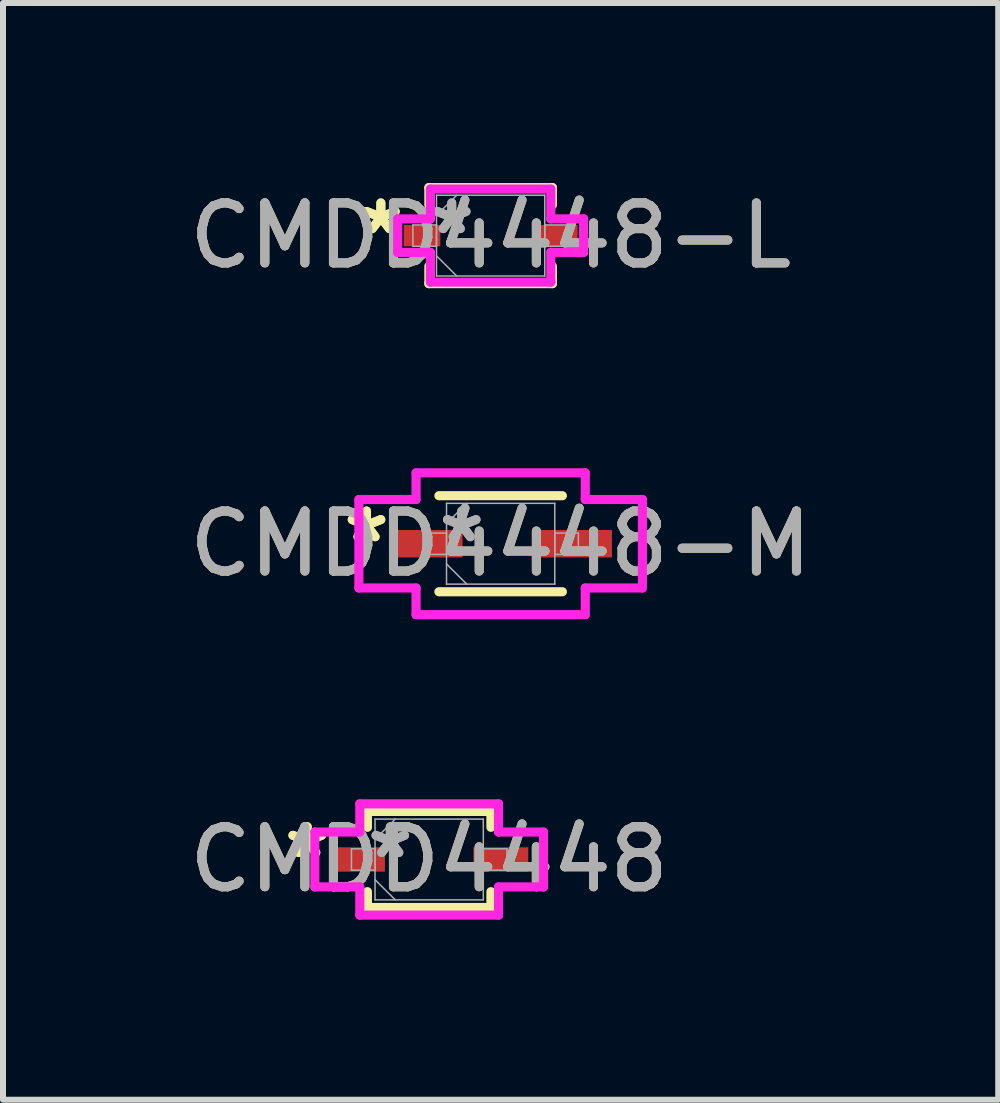
<source format=kicad_pcb>
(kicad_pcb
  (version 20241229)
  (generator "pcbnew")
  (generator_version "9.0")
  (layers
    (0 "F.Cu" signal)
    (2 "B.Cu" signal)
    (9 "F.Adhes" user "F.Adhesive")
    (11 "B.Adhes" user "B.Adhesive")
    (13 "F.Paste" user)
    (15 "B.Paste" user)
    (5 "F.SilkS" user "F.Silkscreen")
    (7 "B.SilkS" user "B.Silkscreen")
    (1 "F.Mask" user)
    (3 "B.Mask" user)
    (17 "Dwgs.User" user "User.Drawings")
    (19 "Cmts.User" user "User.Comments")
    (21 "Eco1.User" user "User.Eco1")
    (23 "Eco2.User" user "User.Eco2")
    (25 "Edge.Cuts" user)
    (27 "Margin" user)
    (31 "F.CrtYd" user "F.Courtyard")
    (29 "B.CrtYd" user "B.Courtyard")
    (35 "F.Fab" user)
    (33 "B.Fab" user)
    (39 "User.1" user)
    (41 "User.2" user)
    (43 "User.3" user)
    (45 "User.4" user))
  (footprint "CMDD4448-M"
    (layer "F.Cu")
    (at 5.292 6.01)
    (property "Reference" "CMDD4448-M" (at 0 0 0) (unlocked yes) (layer "F.SilkS") (effects (font (size 1 1) (thickness 0.15))))
    (attr smd)
    (fp_line (start -1.029 0.8) (end 1.029 0.8) (stroke (width 0.152) (type solid)) (layer "F.SilkS"))
    (fp_line (start 1.029 -0.8) (end -1.029 -0.8) (stroke (width 0.152) (type solid)) (layer "F.SilkS"))
    (fp_line (start -2.362 -0.737) (end -1.41 -0.737) (stroke (width 0.152) (type solid)) (layer "F.CrtYd"))
    (fp_line (start -2.362 0.737) (end -2.362 -0.737) (stroke (width 0.152) (type solid)) (layer "F.CrtYd"))
    (fp_line (start -1.41 -1.181) (end 1.41 -1.181) (stroke (width 0.152) (type solid)) (layer "F.CrtYd"))
    (fp_line (start -1.41 -0.737) (end -1.41 -1.181) (stroke (width 0.152) (type solid)) (layer "F.CrtYd"))
    (fp_line (start -1.41 0.737) (end -2.362 0.737) (stroke (width 0.152) (type solid)) (layer "F.CrtYd"))
    (fp_line (start -1.41 1.181) (end -1.41 0.737) (stroke (width 0.152) (type solid)) (layer "F.CrtYd"))
    (fp_line (start 1.41 -1.181) (end 1.41 -0.737) (stroke (width 0.152) (type solid)) (layer "F.CrtYd"))
    (fp_line (start 1.41 -0.737) (end 2.362 -0.737) (stroke (width 0.152) (type solid)) (layer "F.CrtYd"))
    (fp_line (start 1.41 0.737) (end 1.41 1.181) (stroke (width 0.152) (type solid)) (layer "F.CrtYd"))
    (fp_line (start 1.41 1.181) (end -1.41 1.181) (stroke (width 0.152) (type solid)) (layer "F.CrtYd"))
    (fp_line (start 2.362 -0.737) (end 2.362 0.737) (stroke (width 0.152) (type solid)) (layer "F.CrtYd"))
    (fp_line (start 2.362 0.737) (end 1.41 0.737) (stroke (width 0.152) (type solid)) (layer "F.CrtYd"))
    (fp_line (start -1.295 -0.178) (end -1.295 0.178) (stroke (width 0.025) (type solid)) (layer "F.Fab"))
    (fp_line (start -1.295 0.178) (end -0.902 0.178) (stroke (width 0.025) (type solid)) (layer "F.Fab"))
    (fp_line (start -0.902 -0.673) (end -0.902 0.673) (stroke (width 0.025) (type solid)) (layer "F.Fab"))
    (fp_line (start -0.902 -0.337) (end -0.565 -0.673) (stroke (width 0.025) (type solid)) (layer "F.Fab"))
    (fp_line (start -0.902 -0.178) (end -1.295 -0.178) (stroke (width 0.025) (type solid)) (layer "F.Fab"))
    (fp_line (start -0.902 0.178) (end -0.902 -0.178) (stroke (width 0.025) (type solid)) (layer "F.Fab"))
    (fp_line (start -0.902 0.337) (end -0.565 0.673) (stroke (width 0.025) (type solid)) (layer "F.Fab"))
    (fp_line (start -0.902 0.673) (end 0.902 0.673) (stroke (width 0.025) (type solid)) (layer "F.Fab"))
    (fp_line (start 0.902 -0.673) (end -0.902 -0.673) (stroke (width 0.025) (type solid)) (layer "F.Fab"))
    (fp_line (start 0.902 -0.178) (end 0.902 0.178) (stroke (width 0.025) (type solid)) (layer "F.Fab"))
    (fp_line (start 0.902 0.178) (end 1.295 0.178) (stroke (width 0.025) (type solid)) (layer "F.Fab"))
    (fp_line (start 0.902 0.673) (end 0.902 -0.673) (stroke (width 0.025) (type solid)) (layer "F.Fab"))
    (fp_line (start 1.295 -0.178) (end 0.902 -0.178) (stroke (width 0.025) (type solid)) (layer "F.Fab"))
    (fp_line (start 1.295 0.178) (end 1.295 -0.178) (stroke (width 0.025) (type solid)) (layer "F.Fab"))
    (fp_text user "*" (at -2.235 0 0) (unlocked yes) (layer "F.SilkS") (effects (font (size 1 1) (thickness 0.15))))
    (fp_text user "*" (at -2.235 0 0) (layer "F.SilkS") (effects (font (size 1 1) (thickness 0.15))))
    (fp_text user "*" (at -0.648 0 0) (unlocked yes) (layer "F.Fab") (effects (font (size 1 1) (thickness 0.15))))
    (fp_text user "${REFERENCE}" (at 0 0 0) (unlocked yes) (layer "F.Fab") (effects (font (size 1 1) (thickness 0.15))))
    (fp_text user "*" (at -0.648 0 0) (layer "F.Fab") (effects (font (size 1 1) (thickness 0.15))))
    (pad "1" smd rect (at -1.245 0) (size 1.219 0.457) (layers "F.Cu" "F.Mask" "F.Paste"))
    (pad "2" smd rect (at 1.245 0) (size 1.219 0.457) (layers "F.Cu" "F.Mask" "F.Paste")))
  (footprint "CMDD4448-L"
    (layer "F.Cu")
    (at 5.125 0.876)
    (property "Reference" "CMDD4448-L" (at 0 0 0) (unlocked yes) (layer "F.SilkS") (effects (font (size 1 1) (thickness 0.15))))
    (attr smd)
    (fp_line (start -1.029 -0.8) (end -1.029 -0.511) (stroke (width 0.152) (type solid)) (layer "F.SilkS"))
    (fp_line (start -1.029 0.511) (end -1.029 0.8) (stroke (width 0.152) (type solid)) (layer "F.SilkS"))
    (fp_line (start -1.029 0.8) (end 1.029 0.8) (stroke (width 0.152) (type solid)) (layer "F.SilkS"))
    (fp_line (start 1.029 -0.8) (end -1.029 -0.8) (stroke (width 0.152) (type solid)) (layer "F.SilkS"))
    (fp_line (start 1.029 -0.511) (end 1.029 -0.8) (stroke (width 0.152) (type solid)) (layer "F.SilkS"))
    (fp_line (start 1.029 0.8) (end 1.029 0.511) (stroke (width 0.152) (type solid)) (layer "F.SilkS"))
    (fp_line (start -1.549 -0.279) (end -1.003 -0.279) (stroke (width 0.152) (type solid)) (layer "F.CrtYd"))
    (fp_line (start -1.549 0.279) (end -1.549 -0.279) (stroke (width 0.152) (type solid)) (layer "F.CrtYd"))
    (fp_line (start -1.003 -0.775) (end 1.003 -0.775) (stroke (width 0.152) (type solid)) (layer "F.CrtYd"))
    (fp_line (start -1.003 -0.279) (end -1.003 -0.775) (stroke (width 0.152) (type solid)) (layer "F.CrtYd"))
    (fp_line (start -1.003 0.279) (end -1.549 0.279) (stroke (width 0.152) (type solid)) (layer "F.CrtYd"))
    (fp_line (start -1.003 0.775) (end -1.003 0.279) (stroke (width 0.152) (type solid)) (layer "F.CrtYd"))
    (fp_line (start 1.003 -0.775) (end 1.003 -0.279) (stroke (width 0.152) (type solid)) (layer "F.CrtYd"))
    (fp_line (start 1.003 -0.279) (end 1.549 -0.279) (stroke (width 0.152) (type solid)) (layer "F.CrtYd"))
    (fp_line (start 1.003 0.279) (end 1.003 0.775) (stroke (width 0.152) (type solid)) (layer "F.CrtYd"))
    (fp_line (start 1.003 0.775) (end -1.003 0.775) (stroke (width 0.152) (type solid)) (layer "F.CrtYd"))
    (fp_line (start 1.549 -0.279) (end 1.549 0.279) (stroke (width 0.152) (type solid)) (layer "F.CrtYd"))
    (fp_line (start 1.549 0.279) (end 1.003 0.279) (stroke (width 0.152) (type solid)) (layer "F.CrtYd"))
    (fp_line (start -1.295 -0.178) (end -1.295 0.178) (stroke (width 0.025) (type solid)) (layer "F.Fab"))
    (fp_line (start -1.295 0.178) (end -0.902 0.178) (stroke (width 0.025) (type solid)) (layer "F.Fab"))
    (fp_line (start -0.902 -0.673) (end -0.902 0.673) (stroke (width 0.025) (type solid)) (layer "F.Fab"))
    (fp_line (start -0.902 -0.337) (end -0.565 -0.673) (stroke (width 0.025) (type solid)) (layer "F.Fab"))
    (fp_line (start -0.902 -0.178) (end -1.295 -0.178) (stroke (width 0.025) (type solid)) (layer "F.Fab"))
    (fp_line (start -0.902 0.178) (end -0.902 -0.178) (stroke (width 0.025) (type solid)) (layer "F.Fab"))
    (fp_line (start -0.902 0.337) (end -0.565 0.673) (stroke (width 0.025) (type solid)) (layer "F.Fab"))
    (fp_line (start -0.902 0.673) (end 0.902 0.673) (stroke (width 0.025) (type solid)) (layer "F.Fab"))
    (fp_line (start 0.902 -0.673) (end -0.902 -0.673) (stroke (width 0.025) (type solid)) (layer "F.Fab"))
    (fp_line (start 0.902 -0.178) (end 0.902 0.178) (stroke (width 0.025) (type solid)) (layer "F.Fab"))
    (fp_line (start 0.902 0.178) (end 1.295 0.178) (stroke (width 0.025) (type solid)) (layer "F.Fab"))
    (fp_line (start 0.902 0.673) (end 0.902 -0.673) (stroke (width 0.025) (type solid)) (layer "F.Fab"))
    (fp_line (start 1.295 -0.178) (end 0.902 -0.178) (stroke (width 0.025) (type solid)) (layer "F.Fab"))
    (fp_line (start 1.295 0.178) (end 1.295 -0.178) (stroke (width 0.025) (type solid)) (layer "F.Fab"))
    (fp_text user "*" (at -1.829 0 0) (layer "F.SilkS") (effects (font (size 1 1) (thickness 0.15))))
    (fp_text user "*" (at -1.829 0 0) (unlocked yes) (layer "F.SilkS") (effects (font (size 1 1) (thickness 0.15))))
    (fp_text user "*" (at -0.648 0 0) (layer "F.Fab") (effects (font (size 1 1) (thickness 0.15))))
    (fp_text user "*" (at -0.648 0 0) (unlocked yes) (layer "F.Fab") (effects (font (size 1 1) (thickness 0.15))))
    (fp_text user "${REFERENCE}" (at 0 0 0) (unlocked yes) (layer "F.Fab") (effects (font (size 1 1) (thickness 0.15))))
    (pad "1" smd rect (at -1.143 0) (size 0.61 0.356) (layers "F.Cu" "F.Mask" "F.Paste"))
    (pad "2" smd rect (at 1.143 0) (size 0.61 0.356) (layers "F.Cu" "F.Mask" "F.Paste")))
  (footprint "CMDD4448"
    (layer "F.Cu")
    (at 4.101 11.271)
    (property "Reference" "CMDD4448" (at 0 0 0) (unlocked yes) (layer "F.SilkS") (effects (font (size 1 1) (thickness 0.15))))
    (attr smd)
    (fp_line (start -1.029 -0.8) (end -1.029 -0.536) (stroke (width 0.152) (type solid)) (layer "F.SilkS"))
    (fp_line (start -1.029 0.536) (end -1.029 0.8) (stroke (width 0.152) (type solid)) (layer "F.SilkS"))
    (fp_line (start -1.029 0.8) (end 1.029 0.8) (stroke (width 0.152) (type solid)) (layer "F.SilkS"))
    (fp_line (start 1.029 -0.8) (end -1.029 -0.8) (stroke (width 0.152) (type solid)) (layer "F.SilkS"))
    (fp_line (start 1.029 -0.536) (end 1.029 -0.8) (stroke (width 0.152) (type solid)) (layer "F.SilkS"))
    (fp_line (start 1.029 0.8) (end 1.029 0.536) (stroke (width 0.152) (type solid)) (layer "F.SilkS"))
    (fp_line (start -1.905 -0.457) (end -1.156 -0.457) (stroke (width 0.152) (type solid)) (layer "F.CrtYd"))
    (fp_line (start -1.905 0.457) (end -1.905 -0.457) (stroke (width 0.152) (type solid)) (layer "F.CrtYd"))
    (fp_line (start -1.156 -0.927) (end 1.156 -0.927) (stroke (width 0.152) (type solid)) (layer "F.CrtYd"))
    (fp_line (start -1.156 -0.457) (end -1.156 -0.927) (stroke (width 0.152) (type solid)) (layer "F.CrtYd"))
    (fp_line (start -1.156 0.457) (end -1.905 0.457) (stroke (width 0.152) (type solid)) (layer "F.CrtYd"))
    (fp_line (start -1.156 0.927) (end -1.156 0.457) (stroke (width 0.152) (type solid)) (layer "F.CrtYd"))
    (fp_line (start 1.156 -0.927) (end 1.156 -0.457) (stroke (width 0.152) (type solid)) (layer "F.CrtYd"))
    (fp_line (start 1.156 -0.457) (end 1.905 -0.457) (stroke (width 0.152) (type solid)) (layer "F.CrtYd"))
    (fp_line (start 1.156 0.457) (end 1.156 0.927) (stroke (width 0.152) (type solid)) (layer "F.CrtYd"))
    (fp_line (start 1.156 0.927) (end -1.156 0.927) (stroke (width 0.152) (type solid)) (layer "F.CrtYd"))
    (fp_line (start 1.905 -0.457) (end 1.905 0.457) (stroke (width 0.152) (type solid)) (layer "F.CrtYd"))
    (fp_line (start 1.905 0.457) (end 1.156 0.457) (stroke (width 0.152) (type solid)) (layer "F.CrtYd"))
    (fp_line (start -1.295 -0.178) (end -1.295 0.178) (stroke (width 0.025) (type solid)) (layer "F.Fab"))
    (fp_line (start -1.295 0.178) (end -0.902 0.178) (stroke (width 0.025) (type solid)) (layer "F.Fab"))
    (fp_line (start -0.902 -0.673) (end -0.902 0.673) (stroke (width 0.025) (type solid)) (layer "F.Fab"))
    (fp_line (start -0.902 -0.337) (end -0.565 -0.673) (stroke (width 0.025) (type solid)) (layer "F.Fab"))
    (fp_line (start -0.902 -0.178) (end -1.295 -0.178) (stroke (width 0.025) (type solid)) (layer "F.Fab"))
    (fp_line (start -0.902 0.178) (end -0.902 -0.178) (stroke (width 0.025) (type solid)) (layer "F.Fab"))
    (fp_line (start -0.902 0.337) (end -0.565 0.673) (stroke (width 0.025) (type solid)) (layer "F.Fab"))
    (fp_line (start -0.902 0.673) (end 0.902 0.673) (stroke (width 0.025) (type solid)) (layer "F.Fab"))
    (fp_line (start 0.902 -0.673) (end -0.902 -0.673) (stroke (width 0.025) (type solid)) (layer "F.Fab"))
    (fp_line (start 0.902 -0.178) (end 0.902 0.178) (stroke (width 0.025) (type solid)) (layer "F.Fab"))
    (fp_line (start 0.902 0.178) (end 1.295 0.178) (stroke (width 0.025) (type solid)) (layer "F.Fab"))
    (fp_line (start 0.902 0.673) (end 0.902 -0.673) (stroke (width 0.025) (type solid)) (layer "F.Fab"))
    (fp_line (start 1.295 -0.178) (end 0.902 -0.178) (stroke (width 0.025) (type solid)) (layer "F.Fab"))
    (fp_line (start 1.295 0.178) (end 1.295 -0.178) (stroke (width 0.025) (type solid)) (layer "F.Fab"))
    (fp_text user "*" (at -2.032 0 0) (layer "F.SilkS") (effects (font (size 1 1) (thickness 0.15))))
    (fp_text user "*" (at -2.032 0 0) (unlocked yes) (layer "F.SilkS") (effects (font (size 1 1) (thickness 0.15))))
    (fp_text user "*" (at -0.648 0 0) (unlocked yes) (layer "F.Fab") (effects (font (size 1 1) (thickness 0.15))))
    (fp_text user "${REFERENCE}" (at 0 0 0) (unlocked yes) (layer "F.Fab") (effects (font (size 1 1) (thickness 0.15))))
    (fp_text user "*" (at -0.648 0 0) (layer "F.Fab") (effects (font (size 1 1) (thickness 0.15))))
    (pad "1" smd rect (at -1.194 0) (size 0.914 0.406) (layers "F.Cu" "F.Mask" "F.Paste"))
    (pad "2" smd rect (at 1.194 0) (size 0.914 0.406) (layers "F.Cu" "F.Mask" "F.Paste")))
  (gr_rect
    (start -3 -3)
    (end 13.583 15.274)
    (stroke (width 0.1) (type default))
    (fill no)
    (layer "Edge.Cuts")))
</source>
